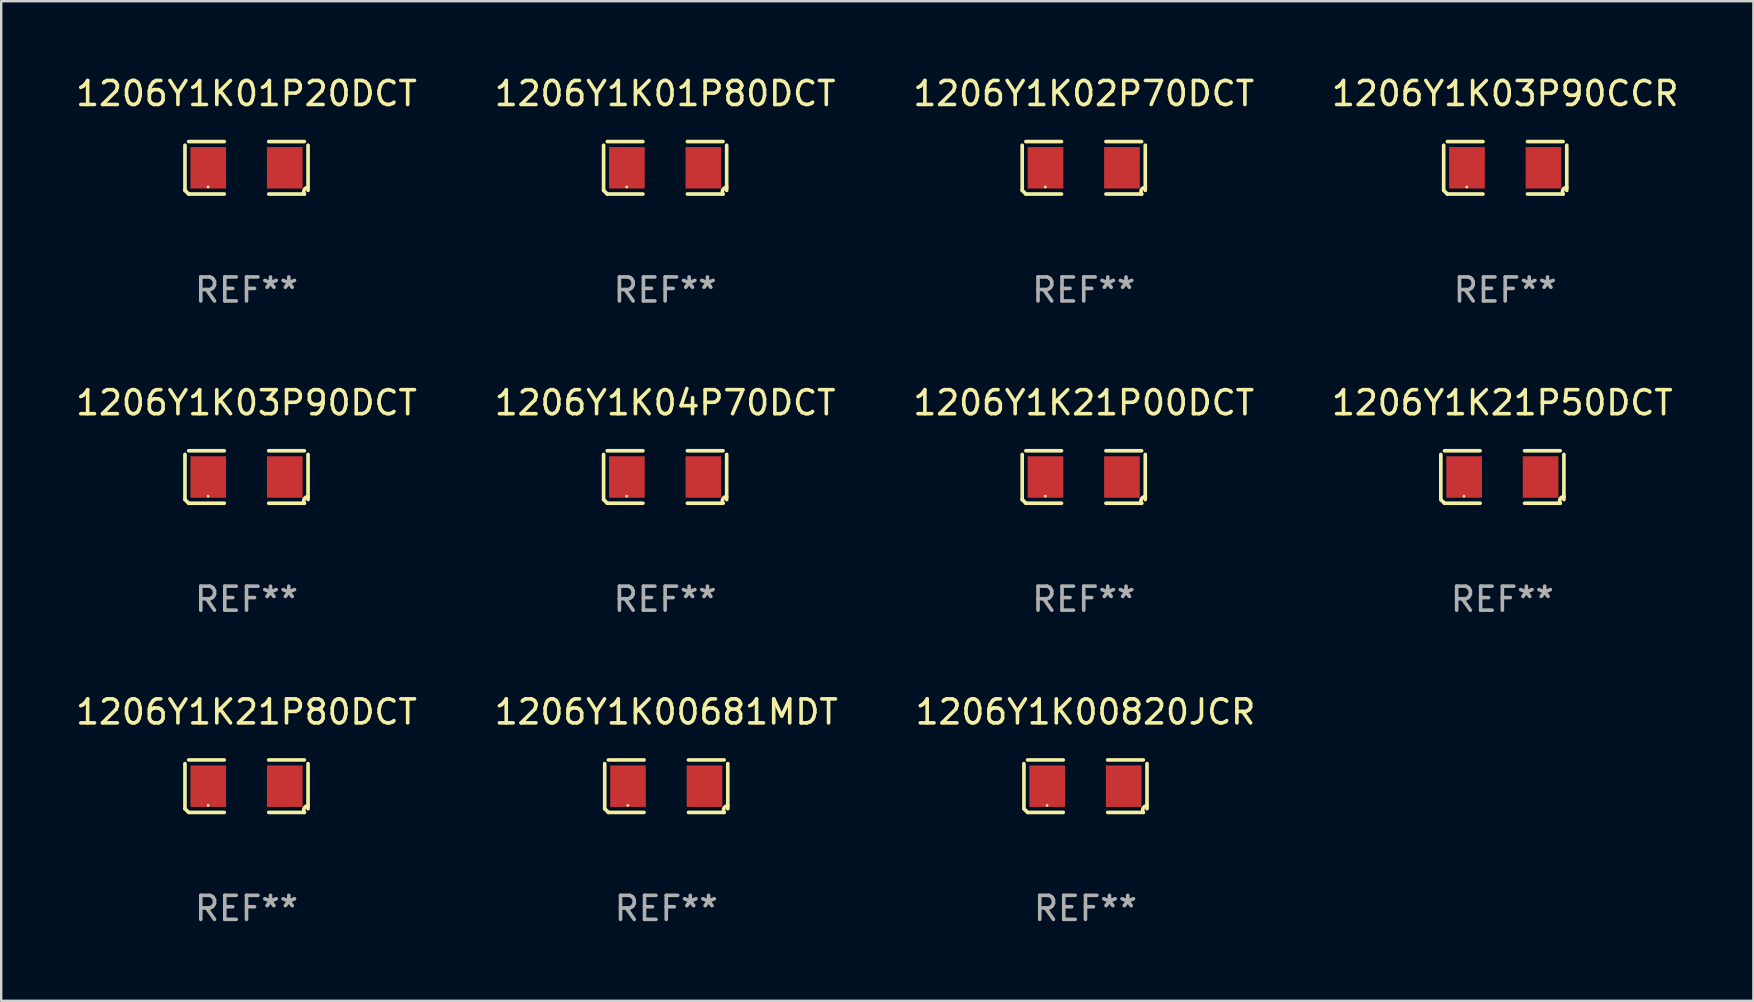
<source format=kicad_pcb>
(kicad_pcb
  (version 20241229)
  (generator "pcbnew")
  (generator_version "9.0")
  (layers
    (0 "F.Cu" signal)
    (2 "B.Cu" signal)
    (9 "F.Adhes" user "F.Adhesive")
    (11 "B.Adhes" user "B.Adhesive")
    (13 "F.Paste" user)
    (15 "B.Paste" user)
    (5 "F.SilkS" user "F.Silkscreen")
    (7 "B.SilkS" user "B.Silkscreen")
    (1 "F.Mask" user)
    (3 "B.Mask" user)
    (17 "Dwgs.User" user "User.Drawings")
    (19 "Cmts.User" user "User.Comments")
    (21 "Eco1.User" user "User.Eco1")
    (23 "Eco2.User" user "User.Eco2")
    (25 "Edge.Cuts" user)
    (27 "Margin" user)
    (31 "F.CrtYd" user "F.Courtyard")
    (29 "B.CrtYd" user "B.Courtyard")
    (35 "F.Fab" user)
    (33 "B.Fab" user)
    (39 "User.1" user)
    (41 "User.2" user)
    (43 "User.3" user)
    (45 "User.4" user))
  (footprint "1206Y1K01P20DCT"
    (layer "F.Cu")
    (at 7.22 3.941)
    (property "Reference" "1206Y1K01P20DCT" (at 0 -3.093 0) (layer "F.SilkS") (effects (font (size 1 1) (thickness 0.15))))
    (attr through_hole)
    (fp_line (start -2.564 0.94) (end -2.564 -0.94) (stroke (width 0.152) (type solid)) (layer "F.SilkS"))
    (fp_line (start -2.411 -1.093) (end -0.926 -1.093) (stroke (width 0.152) (type solid)) (layer "F.SilkS"))
    (fp_line (start -0.926 1.093) (end -2.411 1.093) (stroke (width 0.152) (type solid)) (layer "F.SilkS"))
    (fp_line (start 0.926 1.093) (end 2.411 1.093) (stroke (width 0.152) (type solid)) (layer "F.SilkS"))
    (fp_line (start 2.411 -1.093) (end 0.926 -1.093) (stroke (width 0.152) (type solid)) (layer "F.SilkS"))
    (fp_line (start 2.564 0.94) (end 2.564 -0.94) (stroke (width 0.152) (type solid)) (layer "F.SilkS"))
    (fp_arc (start -2.411201 1.092609) (mid -2.487413 1.01642) (end -2.563602 0.940208) (stroke (width 0.1524) (type solid)) (layer "F.SilkS"))
    (fp_arc (start 2.411201 1.092609) (mid 2.407159 0.911226) (end 2.563602 0.819347) (stroke (width 0.1524) (type solid)) (layer "F.SilkS"))
    (fp_circle (center -1.6 0.8) (end -1.57 0.8) (stroke (width 0.06) (type solid)) (fill no) (layer "F.SilkS"))
    (fp_text user "REF**" (at 0 5.093 0) (layer "F.Fab") (effects (font (size 1 1) (thickness 0.15))))
    (pad "1" smd rect (at -1.593 0) (size 1.485 1.728) (layers "F.Cu" "F.Mask" "F.Paste"))
    (pad "2" smd rect (at 1.593 0) (size 1.485 1.728) (layers "F.Cu" "F.Mask" "F.Paste")))
  (footprint "1206Y1K00681MDT"
    (layer "F.Cu")
    (at 24.708 29.704)
    (property "Reference" "1206Y1K00681MDT" (at 0 -3.093 0) (layer "F.SilkS") (effects (font (size 1 1) (thickness 0.15))))
    (attr through_hole)
    (fp_line (start -2.564 0.94) (end -2.564 -0.94) (stroke (width 0.152) (type solid)) (layer "F.SilkS"))
    (fp_line (start -2.411 -1.093) (end -0.926 -1.093) (stroke (width 0.152) (type solid)) (layer "F.SilkS"))
    (fp_line (start -0.926 1.093) (end -2.411 1.093) (stroke (width 0.152) (type solid)) (layer "F.SilkS"))
    (fp_line (start 0.926 1.093) (end 2.411 1.093) (stroke (width 0.152) (type solid)) (layer "F.SilkS"))
    (fp_line (start 2.411 -1.093) (end 0.926 -1.093) (stroke (width 0.152) (type solid)) (layer "F.SilkS"))
    (fp_line (start 2.564 0.94) (end 2.564 -0.94) (stroke (width 0.152) (type solid)) (layer "F.SilkS"))
    (fp_arc (start -2.411201 1.092609) (mid -2.487413 1.01642) (end -2.563602 0.940208) (stroke (width 0.1524) (type solid)) (layer "F.SilkS"))
    (fp_arc (start 2.411201 1.092609) (mid 2.407159 0.911226) (end 2.563602 0.819347) (stroke (width 0.1524) (type solid)) (layer "F.SilkS"))
    (fp_circle (center -1.6 0.8) (end -1.57 0.8) (stroke (width 0.06) (type solid)) (fill no) (layer "F.SilkS"))
    (fp_text user "REF**" (at 0 5.093 0) (layer "F.Fab") (effects (font (size 1 1) (thickness 0.15))))
    (pad "1" smd rect (at -1.593 0) (size 1.485 1.728) (layers "F.Cu" "F.Mask" "F.Paste"))
    (pad "2" smd rect (at 1.593 0) (size 1.485 1.728) (layers "F.Cu" "F.Mask" "F.Paste")))
  (footprint "1206Y1K02P70DCT"
    (layer "F.Cu")
    (at 42.101 3.941)
    (property "Reference" "1206Y1K02P70DCT" (at 0 -3.093 0) (layer "F.SilkS") (effects (font (size 1 1) (thickness 0.15))))
    (attr through_hole)
    (fp_line (start -2.564 0.94) (end -2.564 -0.94) (stroke (width 0.152) (type solid)) (layer "F.SilkS"))
    (fp_line (start -2.411 -1.093) (end -0.926 -1.093) (stroke (width 0.152) (type solid)) (layer "F.SilkS"))
    (fp_line (start -0.926 1.093) (end -2.411 1.093) (stroke (width 0.152) (type solid)) (layer "F.SilkS"))
    (fp_line (start 0.926 1.093) (end 2.411 1.093) (stroke (width 0.152) (type solid)) (layer "F.SilkS"))
    (fp_line (start 2.411 -1.093) (end 0.926 -1.093) (stroke (width 0.152) (type solid)) (layer "F.SilkS"))
    (fp_line (start 2.564 0.94) (end 2.564 -0.94) (stroke (width 0.152) (type solid)) (layer "F.SilkS"))
    (fp_arc (start -2.411201 1.092609) (mid -2.487413 1.01642) (end -2.563602 0.940208) (stroke (width 0.1524) (type solid)) (layer "F.SilkS"))
    (fp_arc (start 2.411201 1.092609) (mid 2.407159 0.911226) (end 2.563602 0.819347) (stroke (width 0.1524) (type solid)) (layer "F.SilkS"))
    (fp_circle (center -1.6 0.8) (end -1.57 0.8) (stroke (width 0.06) (type solid)) (fill no) (layer "F.SilkS"))
    (fp_text user "REF**" (at 0 5.093 0) (layer "F.Fab") (effects (font (size 1 1) (thickness 0.15))))
    (pad "1" smd rect (at -1.593 0) (size 1.485 1.728) (layers "F.Cu" "F.Mask" "F.Paste"))
    (pad "2" smd rect (at 1.593 0) (size 1.485 1.728) (layers "F.Cu" "F.Mask" "F.Paste")))
  (footprint "1206Y1K03P90CCR"
    (layer "F.Cu")
    (at 59.661 3.941)
    (property "Reference" "1206Y1K03P90CCR" (at 0 -3.093 0) (layer "F.SilkS") (effects (font (size 1 1) (thickness 0.15))))
    (attr through_hole)
    (fp_line (start -2.564 0.94) (end -2.564 -0.94) (stroke (width 0.152) (type solid)) (layer "F.SilkS"))
    (fp_line (start -2.411 -1.093) (end -0.926 -1.093) (stroke (width 0.152) (type solid)) (layer "F.SilkS"))
    (fp_line (start -0.926 1.093) (end -2.411 1.093) (stroke (width 0.152) (type solid)) (layer "F.SilkS"))
    (fp_line (start 0.926 1.093) (end 2.411 1.093) (stroke (width 0.152) (type solid)) (layer "F.SilkS"))
    (fp_line (start 2.411 -1.093) (end 0.926 -1.093) (stroke (width 0.152) (type solid)) (layer "F.SilkS"))
    (fp_line (start 2.564 0.94) (end 2.564 -0.94) (stroke (width 0.152) (type solid)) (layer "F.SilkS"))
    (fp_arc (start -2.411201 1.092609) (mid -2.487413 1.01642) (end -2.563602 0.940208) (stroke (width 0.1524) (type solid)) (layer "F.SilkS"))
    (fp_arc (start 2.411201 1.092609) (mid 2.407159 0.911226) (end 2.563602 0.819347) (stroke (width 0.1524) (type solid)) (layer "F.SilkS"))
    (fp_circle (center -1.6 0.8) (end -1.57 0.8) (stroke (width 0.06) (type solid)) (fill no) (layer "F.SilkS"))
    (fp_text user "REF**" (at 0 5.093 0) (layer "F.Fab") (effects (font (size 1 1) (thickness 0.15))))
    (pad "1" smd rect (at -1.593 0) (size 1.485 1.728) (layers "F.Cu" "F.Mask" "F.Paste"))
    (pad "2" smd rect (at 1.593 0) (size 1.485 1.728) (layers "F.Cu" "F.Mask" "F.Paste")))
  (footprint "1206Y1K21P50DCT"
    (layer "F.Cu")
    (at 59.542 16.823)
    (property "Reference" "1206Y1K21P50DCT" (at 0 -3.093 0) (layer "F.SilkS") (effects (font (size 1 1) (thickness 0.15))))
    (attr through_hole)
    (fp_line (start -2.564 0.94) (end -2.564 -0.94) (stroke (width 0.152) (type solid)) (layer "F.SilkS"))
    (fp_line (start -2.411 -1.093) (end -0.926 -1.093) (stroke (width 0.152) (type solid)) (layer "F.SilkS"))
    (fp_line (start -0.926 1.093) (end -2.411 1.093) (stroke (width 0.152) (type solid)) (layer "F.SilkS"))
    (fp_line (start 0.926 1.093) (end 2.411 1.093) (stroke (width 0.152) (type solid)) (layer "F.SilkS"))
    (fp_line (start 2.411 -1.093) (end 0.926 -1.093) (stroke (width 0.152) (type solid)) (layer "F.SilkS"))
    (fp_line (start 2.564 0.94) (end 2.564 -0.94) (stroke (width 0.152) (type solid)) (layer "F.SilkS"))
    (fp_arc (start -2.411201 1.092609) (mid -2.487413 1.01642) (end -2.563602 0.940208) (stroke (width 0.1524) (type solid)) (layer "F.SilkS"))
    (fp_arc (start 2.411201 1.092609) (mid 2.407159 0.911226) (end 2.563602 0.819347) (stroke (width 0.1524) (type solid)) (layer "F.SilkS"))
    (fp_circle (center -1.6 0.8) (end -1.57 0.8) (stroke (width 0.06) (type solid)) (fill no) (layer "F.SilkS"))
    (fp_text user "REF**" (at 0 5.093 0) (layer "F.Fab") (effects (font (size 1 1) (thickness 0.15))))
    (pad "1" smd rect (at -1.593 0) (size 1.485 1.728) (layers "F.Cu" "F.Mask" "F.Paste"))
    (pad "2" smd rect (at 1.593 0) (size 1.485 1.728) (layers "F.Cu" "F.Mask" "F.Paste")))
  (footprint "1206Y1K21P00DCT"
    (layer "F.Cu")
    (at 42.101 16.823)
    (property "Reference" "1206Y1K21P00DCT" (at 0 -3.093 0) (layer "F.SilkS") (effects (font (size 1 1) (thickness 0.15))))
    (attr through_hole)
    (fp_line (start -2.564 0.94) (end -2.564 -0.94) (stroke (width 0.152) (type solid)) (layer "F.SilkS"))
    (fp_line (start -2.411 -1.093) (end -0.926 -1.093) (stroke (width 0.152) (type solid)) (layer "F.SilkS"))
    (fp_line (start -0.926 1.093) (end -2.411 1.093) (stroke (width 0.152) (type solid)) (layer "F.SilkS"))
    (fp_line (start 0.926 1.093) (end 2.411 1.093) (stroke (width 0.152) (type solid)) (layer "F.SilkS"))
    (fp_line (start 2.411 -1.093) (end 0.926 -1.093) (stroke (width 0.152) (type solid)) (layer "F.SilkS"))
    (fp_line (start 2.564 0.94) (end 2.564 -0.94) (stroke (width 0.152) (type solid)) (layer "F.SilkS"))
    (fp_arc (start -2.411201 1.092609) (mid -2.487413 1.01642) (end -2.563602 0.940208) (stroke (width 0.1524) (type solid)) (layer "F.SilkS"))
    (fp_arc (start 2.411201 1.092609) (mid 2.407159 0.911226) (end 2.563602 0.819347) (stroke (width 0.1524) (type solid)) (layer "F.SilkS"))
    (fp_circle (center -1.6 0.8) (end -1.57 0.8) (stroke (width 0.06) (type solid)) (fill no) (layer "F.SilkS"))
    (fp_text user "REF**" (at 0 5.093 0) (layer "F.Fab") (effects (font (size 1 1) (thickness 0.15))))
    (pad "1" smd rect (at -1.593 0) (size 1.485 1.728) (layers "F.Cu" "F.Mask" "F.Paste"))
    (pad "2" smd rect (at 1.593 0) (size 1.485 1.728) (layers "F.Cu" "F.Mask" "F.Paste")))
  (footprint "1206Y1K00820JCR"
    (layer "F.Cu")
    (at 42.173 29.704)
    (property "Reference" "1206Y1K00820JCR" (at 0 -3.093 0) (layer "F.SilkS") (effects (font (size 1 1) (thickness 0.15))))
    (attr through_hole)
    (fp_line (start -2.564 0.94) (end -2.564 -0.94) (stroke (width 0.152) (type solid)) (layer "F.SilkS"))
    (fp_line (start -2.411 -1.093) (end -0.926 -1.093) (stroke (width 0.152) (type solid)) (layer "F.SilkS"))
    (fp_line (start -0.926 1.093) (end -2.411 1.093) (stroke (width 0.152) (type solid)) (layer "F.SilkS"))
    (fp_line (start 0.926 1.093) (end 2.411 1.093) (stroke (width 0.152) (type solid)) (layer "F.SilkS"))
    (fp_line (start 2.411 -1.093) (end 0.926 -1.093) (stroke (width 0.152) (type solid)) (layer "F.SilkS"))
    (fp_line (start 2.564 0.94) (end 2.564 -0.94) (stroke (width 0.152) (type solid)) (layer "F.SilkS"))
    (fp_arc (start -2.411201 1.092609) (mid -2.487413 1.01642) (end -2.563602 0.940208) (stroke (width 0.1524) (type solid)) (layer "F.SilkS"))
    (fp_arc (start 2.411201 1.092609) (mid 2.407159 0.911226) (end 2.563602 0.819347) (stroke (width 0.1524) (type solid)) (layer "F.SilkS"))
    (fp_circle (center -1.6 0.8) (end -1.57 0.8) (stroke (width 0.06) (type solid)) (fill no) (layer "F.SilkS"))
    (fp_text user "REF**" (at 0 5.093 0) (layer "F.Fab") (effects (font (size 1 1) (thickness 0.15))))
    (pad "1" smd rect (at -1.593 0) (size 1.485 1.728) (layers "F.Cu" "F.Mask" "F.Paste"))
    (pad "2" smd rect (at 1.593 0) (size 1.485 1.728) (layers "F.Cu" "F.Mask" "F.Paste")))
  (footprint "1206Y1K03P90DCT"
    (layer "F.Cu")
    (at 7.22 16.823)
    (property "Reference" "1206Y1K03P90DCT" (at 0 -3.093 0) (layer "F.SilkS") (effects (font (size 1 1) (thickness 0.15))))
    (attr through_hole)
    (fp_line (start -2.564 0.94) (end -2.564 -0.94) (stroke (width 0.152) (type solid)) (layer "F.SilkS"))
    (fp_line (start -2.411 -1.093) (end -0.926 -1.093) (stroke (width 0.152) (type solid)) (layer "F.SilkS"))
    (fp_line (start -0.926 1.093) (end -2.411 1.093) (stroke (width 0.152) (type solid)) (layer "F.SilkS"))
    (fp_line (start 0.926 1.093) (end 2.411 1.093) (stroke (width 0.152) (type solid)) (layer "F.SilkS"))
    (fp_line (start 2.411 -1.093) (end 0.926 -1.093) (stroke (width 0.152) (type solid)) (layer "F.SilkS"))
    (fp_line (start 2.564 0.94) (end 2.564 -0.94) (stroke (width 0.152) (type solid)) (layer "F.SilkS"))
    (fp_arc (start -2.411201 1.092609) (mid -2.487413 1.01642) (end -2.563602 0.940208) (stroke (width 0.1524) (type solid)) (layer "F.SilkS"))
    (fp_arc (start 2.411201 1.092609) (mid 2.407159 0.911226) (end 2.563602 0.819347) (stroke (width 0.1524) (type solid)) (layer "F.SilkS"))
    (fp_circle (center -1.6 0.8) (end -1.57 0.8) (stroke (width 0.06) (type solid)) (fill no) (layer "F.SilkS"))
    (fp_text user "REF**" (at 0 5.093 0) (layer "F.Fab") (effects (font (size 1 1) (thickness 0.15))))
    (pad "1" smd rect (at -1.593 0) (size 1.485 1.728) (layers "F.Cu" "F.Mask" "F.Paste"))
    (pad "2" smd rect (at 1.593 0) (size 1.485 1.728) (layers "F.Cu" "F.Mask" "F.Paste")))
  (footprint "1206Y1K01P80DCT"
    (layer "F.Cu")
    (at 24.661 3.941)
    (property "Reference" "1206Y1K01P80DCT" (at 0 -3.093 0) (layer "F.SilkS") (effects (font (size 1 1) (thickness 0.15))))
    (attr through_hole)
    (fp_line (start -2.564 0.94) (end -2.564 -0.94) (stroke (width 0.152) (type solid)) (layer "F.SilkS"))
    (fp_line (start -2.411 -1.093) (end -0.926 -1.093) (stroke (width 0.152) (type solid)) (layer "F.SilkS"))
    (fp_line (start -0.926 1.093) (end -2.411 1.093) (stroke (width 0.152) (type solid)) (layer "F.SilkS"))
    (fp_line (start 0.926 1.093) (end 2.411 1.093) (stroke (width 0.152) (type solid)) (layer "F.SilkS"))
    (fp_line (start 2.411 -1.093) (end 0.926 -1.093) (stroke (width 0.152) (type solid)) (layer "F.SilkS"))
    (fp_line (start 2.564 0.94) (end 2.564 -0.94) (stroke (width 0.152) (type solid)) (layer "F.SilkS"))
    (fp_arc (start -2.411201 1.092609) (mid -2.487413 1.01642) (end -2.563602 0.940208) (stroke (width 0.1524) (type solid)) (layer "F.SilkS"))
    (fp_arc (start 2.411201 1.092609) (mid 2.407159 0.911226) (end 2.563602 0.819347) (stroke (width 0.1524) (type solid)) (layer "F.SilkS"))
    (fp_circle (center -1.6 0.8) (end -1.57 0.8) (stroke (width 0.06) (type solid)) (fill no) (layer "F.SilkS"))
    (fp_text user "REF**" (at 0 5.093 0) (layer "F.Fab") (effects (font (size 1 1) (thickness 0.15))))
    (pad "1" smd rect (at -1.593 0) (size 1.485 1.728) (layers "F.Cu" "F.Mask" "F.Paste"))
    (pad "2" smd rect (at 1.593 0) (size 1.485 1.728) (layers "F.Cu" "F.Mask" "F.Paste")))
  (footprint "1206Y1K04P70DCT"
    (layer "F.Cu")
    (at 24.661 16.823)
    (property "Reference" "1206Y1K04P70DCT" (at 0 -3.093 0) (layer "F.SilkS") (effects (font (size 1 1) (thickness 0.15))))
    (attr through_hole)
    (fp_line (start -2.564 0.94) (end -2.564 -0.94) (stroke (width 0.152) (type solid)) (layer "F.SilkS"))
    (fp_line (start -2.411 -1.093) (end -0.926 -1.093) (stroke (width 0.152) (type solid)) (layer "F.SilkS"))
    (fp_line (start -0.926 1.093) (end -2.411 1.093) (stroke (width 0.152) (type solid)) (layer "F.SilkS"))
    (fp_line (start 0.926 1.093) (end 2.411 1.093) (stroke (width 0.152) (type solid)) (layer "F.SilkS"))
    (fp_line (start 2.411 -1.093) (end 0.926 -1.093) (stroke (width 0.152) (type solid)) (layer "F.SilkS"))
    (fp_line (start 2.564 0.94) (end 2.564 -0.94) (stroke (width 0.152) (type solid)) (layer "F.SilkS"))
    (fp_arc (start -2.411201 1.092609) (mid -2.487413 1.01642) (end -2.563602 0.940208) (stroke (width 0.1524) (type solid)) (layer "F.SilkS"))
    (fp_arc (start 2.411201 1.092609) (mid 2.407159 0.911226) (end 2.563602 0.819347) (stroke (width 0.1524) (type solid)) (layer "F.SilkS"))
    (fp_circle (center -1.6 0.8) (end -1.57 0.8) (stroke (width 0.06) (type solid)) (fill no) (layer "F.SilkS"))
    (fp_text user "REF**" (at 0 5.093 0) (layer "F.Fab") (effects (font (size 1 1) (thickness 0.15))))
    (pad "1" smd rect (at -1.593 0) (size 1.485 1.728) (layers "F.Cu" "F.Mask" "F.Paste"))
    (pad "2" smd rect (at 1.593 0) (size 1.485 1.728) (layers "F.Cu" "F.Mask" "F.Paste")))
  (footprint "1206Y1K21P80DCT"
    (layer "F.Cu")
    (at 7.22 29.704)
    (property "Reference" "1206Y1K21P80DCT" (at 0 -3.093 0) (layer "F.SilkS") (effects (font (size 1 1) (thickness 0.15))))
    (attr through_hole)
    (fp_line (start -2.564 0.94) (end -2.564 -0.94) (stroke (width 0.152) (type solid)) (layer "F.SilkS"))
    (fp_line (start -2.411 -1.093) (end -0.926 -1.093) (stroke (width 0.152) (type solid)) (layer "F.SilkS"))
    (fp_line (start -0.926 1.093) (end -2.411 1.093) (stroke (width 0.152) (type solid)) (layer "F.SilkS"))
    (fp_line (start 0.926 1.093) (end 2.411 1.093) (stroke (width 0.152) (type solid)) (layer "F.SilkS"))
    (fp_line (start 2.411 -1.093) (end 0.926 -1.093) (stroke (width 0.152) (type solid)) (layer "F.SilkS"))
    (fp_line (start 2.564 0.94) (end 2.564 -0.94) (stroke (width 0.152) (type solid)) (layer "F.SilkS"))
    (fp_arc (start -2.411201 1.092609) (mid -2.487413 1.01642) (end -2.563602 0.940208) (stroke (width 0.1524) (type solid)) (layer "F.SilkS"))
    (fp_arc (start 2.411201 1.092609) (mid 2.407159 0.911226) (end 2.563602 0.819347) (stroke (width 0.1524) (type solid)) (layer "F.SilkS"))
    (fp_circle (center -1.6 0.8) (end -1.57 0.8) (stroke (width 0.06) (type solid)) (fill no) (layer "F.SilkS"))
    (fp_text user "REF**" (at 0 5.093 0) (layer "F.Fab") (effects (font (size 1 1) (thickness 0.15))))
    (pad "1" smd rect (at -1.593 0) (size 1.485 1.728) (layers "F.Cu" "F.Mask" "F.Paste"))
    (pad "2" smd rect (at 1.593 0) (size 1.485 1.728) (layers "F.Cu" "F.Mask" "F.Paste")))
  (gr_rect
    (start -3 -3)
    (end 70 38.645)
    (stroke (width 0.1) (type default))
    (fill no)
    (layer "Edge.Cuts")))
</source>
